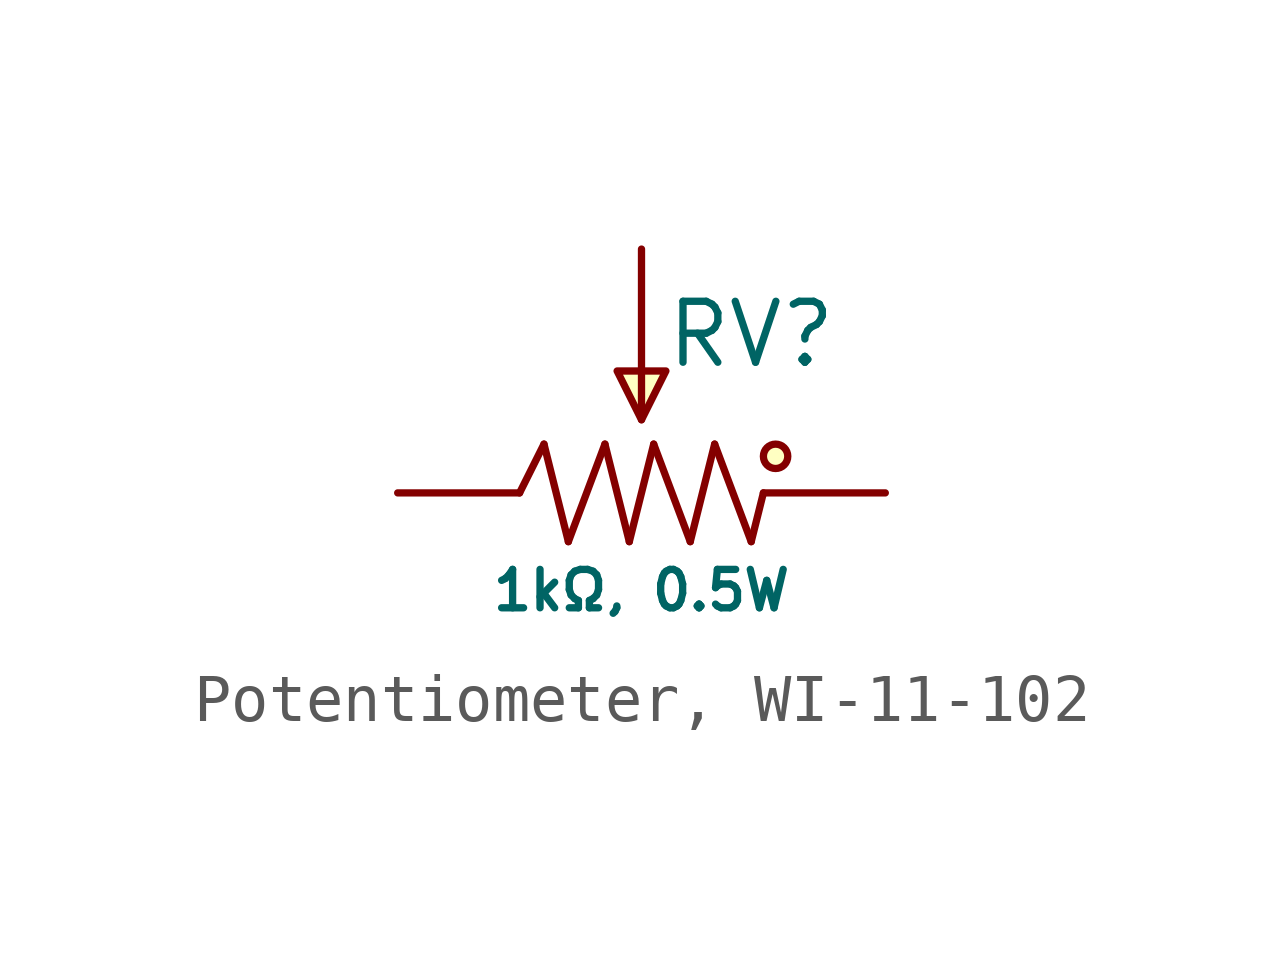
<source format=kicad_sym>
(kicad_symbol_lib
  (version 20231120)
  (generator "CDFER_Archive_Tool")
  (generator_version "0.0")
  (symbol "Potentiometer, WI-11-102"
    (pin_numbers hide)
    (pin_names hide)
    (property "Reference" "RV"
      (at 2.286 3.302 0)
      (effects (font (size 1.27 1.27))))
    (property "Value" "1kΩ, 0.5W"
      (at 0 -2.032 0)
      (effects (font (size 0.8 0.8))))
    (symbol "Potentiometer, WI-11-102_0_1"
      (polyline (pts (xy -2.54 0) (xy -2.032 1.016)) (stroke (width 0) (type default)) (fill (type none)))
      (polyline (pts (xy -2.032 1.016) (xy -1.524 -1.016)) (stroke (width 0) (type default)) (fill (type none)))
      (polyline (pts (xy -1.524 -1.016) (xy -0.762 1.016)) (stroke (width 0) (type default)) (fill (type none)))
      (polyline (pts (xy -0.762 1.016) (xy -0.254 -1.016)) (stroke (width 0) (type default)) (fill (type none)))
      (polyline (pts (xy -0.254 -1.016) (xy 0.254 1.016)) (stroke (width 0) (type default)) (fill (type none)))
      (polyline (pts (xy 0 2.54) (xy 0 1.524)) (stroke (width 0) (type default)) (fill (type none)))
      (polyline (pts (xy 0.254 1.016) (xy 1.016 -1.016)) (stroke (width 0) (type default)) (fill (type none)))
      (polyline (pts (xy 1.524 1.016) (xy 2.286 -1.016)) (stroke (width 0) (type default)) (fill (type none)))
      (polyline (pts (xy 2.286 -1.016) (xy 2.54 0)) (stroke (width 0) (type default)) (fill (type none)))
      (polyline (pts (xy -0.508 2.54) (xy 0 1.524) (xy 0.508 2.54) (xy -0.508 2.54)) (stroke (width 0) (type default)) (fill (type background)))
      (circle (center 2.794 0.762) (radius 0.254) (stroke (width 0) (type default)) (fill (type background)))
      (pin unspecified line (at 5.08 0 180) (length 2.54) (name "1" (effects (font (size 1 1)))) (number "1" (effects (font (size 1 1)))))
      (pin unspecified line (at 0 5.08 270) (length 2.54) (name "2" (effects (font (size 1 1)))) (number "2" (effects (font (size 1 1)))))
      (pin unspecified line (at -5.08 0 0) (length 2.54) (name "3" (effects (font (size 1 1)))) (number "3" (effects (font (size 1 1))))))
    (symbol "Potentiometer, WI-11-102_1_1"
      (polyline (pts (xy 1.016 -1.016) (xy 1.524 1.016)) (stroke (width 0) (type default)) (fill (type none))))))
</source>
